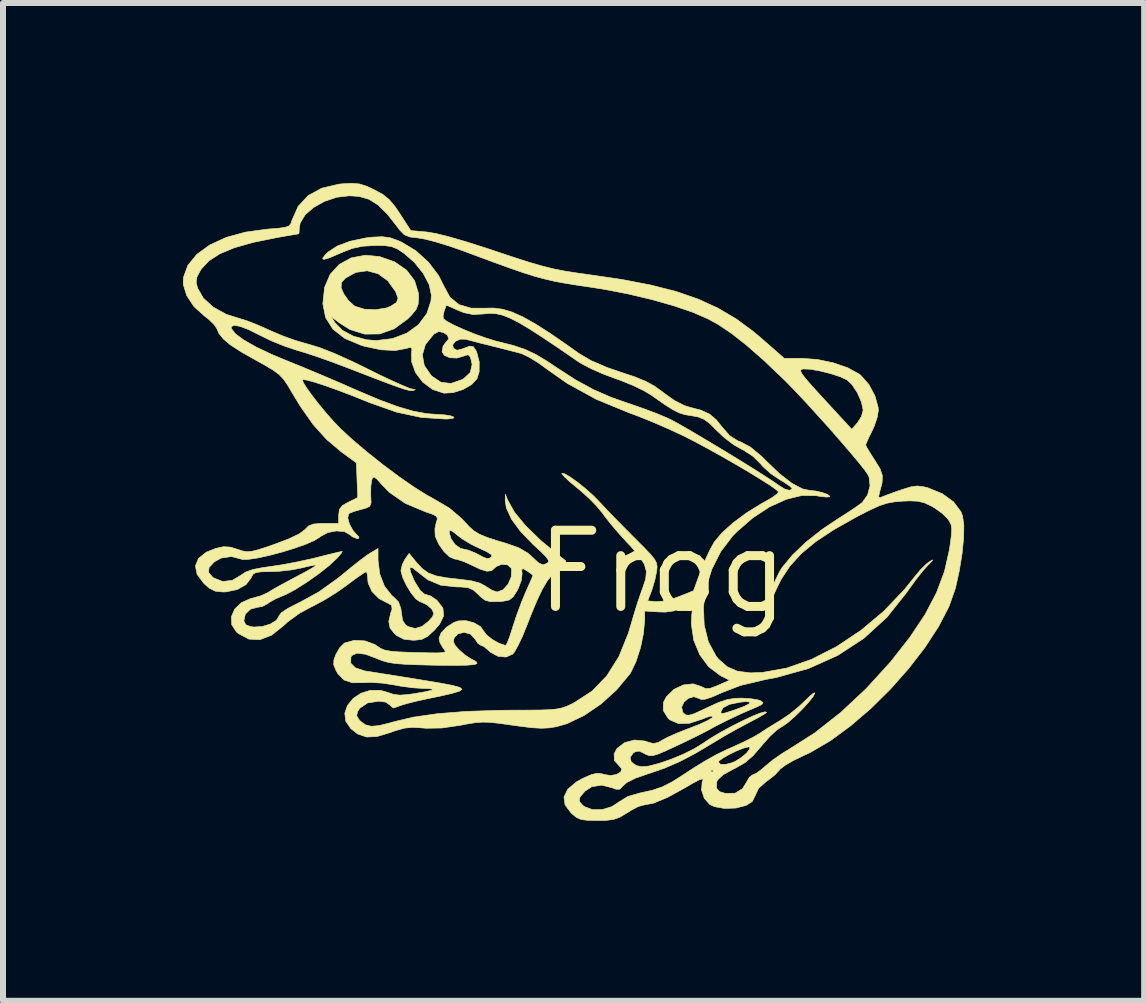
<source format=kicad_pcb>
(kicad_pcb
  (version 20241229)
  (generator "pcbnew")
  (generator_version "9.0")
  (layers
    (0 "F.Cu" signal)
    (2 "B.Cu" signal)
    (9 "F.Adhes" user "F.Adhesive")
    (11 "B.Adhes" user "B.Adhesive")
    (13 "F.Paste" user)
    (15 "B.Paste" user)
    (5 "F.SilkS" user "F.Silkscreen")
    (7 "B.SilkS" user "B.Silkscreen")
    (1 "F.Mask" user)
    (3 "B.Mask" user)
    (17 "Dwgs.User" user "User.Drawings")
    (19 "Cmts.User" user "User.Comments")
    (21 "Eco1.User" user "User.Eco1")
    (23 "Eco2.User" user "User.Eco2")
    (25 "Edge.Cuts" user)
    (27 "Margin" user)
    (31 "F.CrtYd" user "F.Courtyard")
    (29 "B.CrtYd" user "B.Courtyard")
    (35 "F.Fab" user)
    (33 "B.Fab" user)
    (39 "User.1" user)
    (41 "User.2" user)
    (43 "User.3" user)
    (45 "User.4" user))
  (footprint "Frog"
    (layer "F.Cu")
    (at 7.992 6.478)
    (property "Reference" "Frog" (at 0 0 0) (layer "F.SilkS") (effects (font (size 1.27 1.27) (thickness 0.15))))
    (attr through_hole)
    (fp_poly (pts (xy -5.051 -6.462) (xy -4.931 -6.424) (xy -4.806 -6.366) (xy -4.661 -6.287) (xy -4.553 -6.199) (xy -4.452 -6.077) (xy -4.376 -5.964) (xy -4.195 -5.685) (xy -3.928 -5.661) (xy -3.776 -5.636) (xy -3.553 -5.58) (xy -3.267 -5.497) (xy -2.928 -5.389) (xy -2.775 -5.338) (xy -2.464 -5.234) (xy -2.213 -5.154) (xy -2.002 -5.093) (xy -1.813 -5.046) (xy -1.625 -5.009) (xy -1.418 -4.977) (xy -1.23 -4.951) (xy -0.675 -4.87) (xy -0.194 -4.777) (xy 0.226 -4.67) (xy 0.595 -4.543) (xy 0.925 -4.392) (xy 1.227 -4.214) (xy 1.512 -4.004) (xy 1.639 -3.897) (xy 2.029 -3.556) (xy 2.322 -3.556) (xy 2.584 -3.536) (xy 2.847 -3.481) (xy 3.085 -3.399) (xy 3.271 -3.298) (xy 3.306 -3.271) (xy 3.439 -3.12) (xy 3.541 -2.931) (xy 3.594 -2.739) (xy 3.597 -2.685) (xy 3.579 -2.572) (xy 3.53 -2.427) (xy 3.493 -2.346) (xy 3.434 -2.226) (xy 3.396 -2.139) (xy 3.387 -2.11) (xy 3.409 -2.064) (xy 3.466 -1.969) (xy 3.538 -1.858) (xy 3.626 -1.715) (xy 3.665 -1.601) (xy 3.66 -1.48) (xy 3.617 -1.318) (xy 3.617 -1.316) (xy 3.601 -1.245) (xy 3.631 -1.235) (xy 3.666 -1.249) (xy 3.749 -1.281) (xy 3.88 -1.329) (xy 3.989 -1.367) (xy 4.138 -1.413) (xy 4.246 -1.428) (xy 4.352 -1.415) (xy 4.425 -1.397) (xy 4.663 -1.3) (xy 4.851 -1.164) (xy 4.974 -0.999) (xy 5.001 -0.929) (xy 5.023 -0.776) (xy 5.019 -0.56) (xy 4.993 -0.298) (xy 4.945 -0.006) (xy 4.883 0.275) (xy 4.775 0.581) (xy 4.603 0.913) (xy 4.376 1.261) (xy 4.105 1.612) (xy 3.802 1.955) (xy 3.476 2.278) (xy 3.137 2.569) (xy 2.798 2.818) (xy 2.467 3.012) (xy 2.343 3.07) (xy 2.183 3.147) (xy 2.048 3.225) (xy 1.962 3.29) (xy 1.95 3.305) (xy 1.875 3.386) (xy 1.764 3.474) (xy 1.733 3.494) (xy 1.601 3.611) (xy 1.553 3.716) (xy 1.498 3.829) (xy 1.395 3.896) (xy 1.222 3.94) (xy 1.034 3.947) (xy 0.867 3.917) (xy 0.79 3.882) (xy 0.697 3.779) (xy 0.651 3.642) (xy 0.661 3.507) (xy 0.674 3.478) (xy 0.672 3.452) (xy 0.615 3.469) (xy 0.496 3.531) (xy 0.374 3.603) (xy 0.085 3.762) (xy -0.151 3.859) (xy -0.331 3.894) (xy -0.339 3.895) (xy -0.408 3.917) (xy -0.517 3.974) (xy -0.593 4.022) (xy -0.708 4.091) (xy -0.813 4.129) (xy -0.942 4.146) (xy -1.086 4.148) (xy -1.25 4.145) (xy -1.357 4.13) (xy -1.435 4.096) (xy -1.511 4.034) (xy -1.52 4.026) (xy -1.623 3.89) (xy -1.642 3.756) (xy -1.579 3.626) (xy -1.434 3.504) (xy -1.328 3.445) (xy -1.189 3.384) (xy -1.093 3.36) (xy -1.009 3.369) (xy -0.972 3.381) (xy -0.865 3.398) (xy -0.768 3.381) (xy -0.699 3.342) (xy -0.677 3.29) (xy -0.719 3.239) (xy -0.802 3.148) (xy -0.806 3.035) (xy -0.759 2.948) (xy -0.632 2.85) (xy -0.467 2.806) (xy -0.293 2.823) (xy -0.254 2.837) (xy -0.151 2.866) (xy -0.066 2.845) (xy -0.011 2.812) (xy 0.083 2.762) (xy 0.229 2.696) (xy 0.403 2.627) (xy 0.462 2.605) (xy 0.623 2.542) (xy 0.75 2.483) (xy 0.825 2.438) (xy 0.836 2.424) (xy 0.815 2.405) (xy 0.726 2.431) (xy 0.67 2.455) (xy 0.452 2.527) (xy 0.267 2.532) (xy 0.123 2.47) (xy 0.092 2.442) (xy 0.012 2.312) (xy 0.016 2.178) (xy 0.066 2.084) (xy 0.192 1.961) (xy 0.348 1.888) (xy 0.51 1.87) (xy 0.652 1.916) (xy 0.657 1.92) (xy 0.721 1.95) (xy 0.794 1.945) (xy 0.907 1.903) (xy 0.929 1.893) (xy 1.118 1.81) (xy 0.963 1.731) (xy 0.77 1.586) (xy 0.62 1.383) (xy 0.52 1.14) (xy 0.481 0.875) (xy 0.487 0.73) (xy 0.499 0.607) (xy 0.499 0.526) (xy 0.492 0.508) (xy 0.445 0.528) (xy 0.355 0.577) (xy 0.32 0.597) (xy 0.192 0.654) (xy 0.047 0.674) (xy -0.063 0.671) (xy -0.296 0.656) (xy -0.297 0.804) (xy -0.317 1.027) (xy -0.367 1.268) (xy -0.44 1.495) (xy -0.526 1.676) (xy -0.544 1.704) (xy -0.763 1.968) (xy -1.023 2.204) (xy -1.306 2.397) (xy -1.592 2.534) (xy -1.767 2.584) (xy -1.891 2.604) (xy -2.021 2.61) (xy -2.178 2.601) (xy -2.386 2.575) (xy -2.497 2.56) (xy -2.715 2.529) (xy -2.875 2.511) (xy -3.003 2.508) (xy -3.126 2.518) (xy -3.269 2.541) (xy -3.364 2.56) (xy -3.679 2.606) (xy -3.945 2.61) (xy -3.998 2.605) (xy -4.162 2.595) (xy -4.301 2.608) (xy -4.454 2.651) (xy -4.542 2.683) (xy -4.759 2.748) (xy -4.932 2.756) (xy -5.078 2.706) (xy -5.193 2.618) (xy -5.279 2.492) (xy -5.295 2.359) (xy -5.25 2.23) (xy -5.157 2.115) (xy -5.028 2.028) (xy -4.872 1.978) (xy -4.703 1.978) (xy -4.585 2.011) (xy -4.481 2.046) (xy -4.374 2.058) (xy -4.233 2.047) (xy -4.13 2.032) (xy -3.945 2) (xy -3.845 1.976) (xy -3.828 1.959) (xy -3.896 1.949) (xy -4.004 1.946) (xy -4.163 1.935) (xy -4.354 1.91) (xy -4.484 1.886) (xy -4.669 1.858) (xy -4.861 1.846) (xy -4.974 1.85) (xy -5.17 1.852) (xy -5.309 1.805) (xy -5.41 1.702) (xy -5.44 1.65) (xy -5.48 1.553) (xy -5.476 1.468) (xy -5.444 1.38) (xy -5.381 1.27) (xy -5.306 1.194) (xy -5.298 1.189) (xy -5.14 1.145) (xy -4.959 1.154) (xy -4.797 1.213) (xy -4.759 1.238) (xy -4.699 1.279) (xy -4.631 1.307) (xy -4.535 1.325) (xy -4.396 1.337) (xy -4.195 1.345) (xy -4.108 1.348) (xy -3.89 1.353) (xy -3.744 1.354) (xy -3.659 1.349) (xy -3.623 1.337) (xy -3.624 1.315) (xy -3.651 1.282) (xy -3.652 1.281) (xy -3.709 1.184) (xy -3.725 1.111) (xy -3.689 1.019) (xy -3.598 0.924) (xy -3.477 0.847) (xy -3.403 0.821) (xy -3.276 0.816) (xy -3.143 0.852) (xy -3.034 0.915) (xy -2.982 0.988) (xy -2.933 1.054) (xy -2.837 1.13) (xy -2.724 1.194) (xy -2.626 1.227) (xy -2.613 1.228) (xy -2.589 1.19) (xy -2.55 1.091) (xy -2.504 0.95) (xy -2.495 0.921) (xy -2.428 0.718) (xy -2.347 0.501) (xy -2.281 0.343) (xy -2.221 0.208) (xy -2.177 0.108) (xy -2.159 0.063) (xy -2.159 0.063) (xy -2.19 0.035) (xy -2.257 -0.012) (xy -2.326 -0.052) (xy -2.346 -0.032) (xy -2.34 0.036) (xy -2.353 0.145) (xy -2.403 0.279) (xy -2.424 0.318) (xy -2.489 0.42) (xy -2.555 0.472) (xy -2.654 0.493) (xy -2.732 0.499) (xy -2.868 0.501) (xy -2.958 0.476) (xy -3.039 0.412) (xy -3.067 0.383) (xy -3.149 0.308) (xy -3.23 0.27) (xy -3.344 0.256) (xy -3.439 0.254) (xy -3.695 0.226) (xy -3.91 0.136) (xy -4.074 0.009) (xy -4.166 -0.064) (xy -4.209 -0.069) (xy -4.204 -0.006) (xy -4.15 0.124) (xy -4.13 0.165) (xy -4.041 0.31) (xy -3.964 0.377) (xy -3.942 0.381) (xy -3.86 0.408) (xy -3.763 0.475) (xy -3.753 0.485) (xy -3.66 0.607) (xy -3.647 0.735) (xy -3.714 0.874) (xy -3.805 0.979) (xy -3.915 1.078) (xy -4.008 1.127) (xy -4.119 1.142) (xy -4.159 1.143) (xy -4.312 1.126) (xy -4.428 1.066) (xy -4.465 1.035) (xy -4.541 0.939) (xy -4.562 0.831) (xy -4.529 0.686) (xy -4.508 0.628) (xy -4.514 0.561) (xy -4.569 0.53) (xy -4.725 0.449) (xy -4.844 0.329) (xy -4.906 0.19) (xy -4.911 0.144) (xy -4.918 0.048) (xy -4.935 0.001) (xy -4.938 0) (xy -4.981 0.024) (xy -5.075 0.088) (xy -5.202 0.181) (xy -5.266 0.229) (xy -5.445 0.355) (xy -5.644 0.477) (xy -5.822 0.572) (xy -5.846 0.583) (xy -6.052 0.695) (xy -6.245 0.835) (xy -6.318 0.902) (xy -6.514 1.058) (xy -6.707 1.133) (xy -6.892 1.125) (xy -7.065 1.034) (xy -7.101 1.004) (xy -7.179 0.885) (xy -7.186 0.753) (xy -7.131 0.625) (xy -7.021 0.518) (xy -6.866 0.449) (xy -6.831 0.441) (xy -6.693 0.402) (xy -6.572 0.346) (xy -6.562 0.339) (xy -6.477 0.287) (xy -6.34 0.211) (xy -6.176 0.123) (xy -6.105 0.085) (xy -5.955 0.006) (xy -5.84 -0.059) (xy -5.776 -0.101) (xy -5.768 -0.11) (xy -5.813 -0.108) (xy -5.915 -0.087) (xy -6.013 -0.062) (xy -6.186 -0.029) (xy -6.39 -0.006) (xy -6.531 -0.001) (xy -6.685 0.002) (xy -6.776 0.015) (xy -6.825 0.043) (xy -6.854 0.095) (xy -6.857 0.104) (xy -6.942 0.216) (xy -7.088 0.298) (xy -7.273 0.337) (xy -7.326 0.339) (xy -7.455 0.325) (xy -7.558 0.273) (xy -7.645 0.195) (xy -7.757 0.044) (xy -7.763 0.014) (xy -7.566 0.014) (xy -7.494 0.096) (xy -7.484 0.103) (xy -7.331 0.164) (xy -7.169 0.144) (xy -7.037 0.066) (xy -6.949 0.007) (xy -6.831 -0.035) (xy -6.663 -0.068) (xy -6.549 -0.084) (xy -6.334 -0.116) (xy -6.082 -0.164) (xy -5.839 -0.217) (xy -5.77 -0.234) (xy -5.595 -0.278) (xy -5.452 -0.313) (xy -5.361 -0.334) (xy -5.338 -0.339) (xy -5.351 -0.312) (xy -5.406 -0.245) (xy -5.422 -0.227) (xy -5.55 -0.107) (xy -5.724 0.031) (xy -5.919 0.169) (xy -6.109 0.291) (xy -6.271 0.378) (xy -6.319 0.398) (xy -6.449 0.453) (xy -6.55 0.51) (xy -6.581 0.533) (xy -6.668 0.58) (xy -6.746 0.593) (xy -6.868 0.625) (xy -6.953 0.708) (xy -6.977 0.817) (xy -6.977 0.82) (xy -6.947 0.884) (xy -6.868 0.916) (xy -6.808 0.923) (xy -6.67 0.914) (xy -6.538 0.874) (xy -6.437 0.813) (xy -6.393 0.743) (xy -6.392 0.737) (xy -6.354 0.686) (xy -6.245 0.613) (xy -6.074 0.525) (xy -6.04 0.509) (xy -5.727 0.337) (xy -5.414 0.113) (xy -5.344 0.057) (xy -5.187 -0.073) (xy -5.039 -0.19) (xy -4.922 -0.276) (xy -4.872 -0.309) (xy -4.741 -0.386) (xy -4.741 -0.194) (xy -4.713 0.039) (xy -4.633 0.244) (xy -4.512 0.397) (xy -4.488 0.416) (xy -4.4 0.504) (xy -4.36 0.617) (xy -4.352 0.686) (xy -4.331 0.815) (xy -4.281 0.889) (xy -4.238 0.916) (xy -4.123 0.947) (xy -4.012 0.914) (xy -3.905 0.833) (xy -3.837 0.757) (xy -3.81 0.698) (xy -3.845 0.624) (xy -3.929 0.55) (xy -4.032 0.504) (xy -4.043 0.501) (xy -4.109 0.456) (xy -4.19 0.356) (xy -4.268 0.229) (xy -4.33 0.098) (xy -4.359 -0.011) (xy -4.359 -0.022) (xy -4.336 -0.121) (xy -4.292 -0.206) (xy -4.223 -0.304) (xy -4.096 -0.149) (xy -4.001 -0.048) (xy -3.902 0.022) (xy -3.775 0.07) (xy -3.603 0.102) (xy -3.401 0.125) (xy -3.192 0.151) (xy -3.048 0.189) (xy -2.947 0.242) (xy -2.941 0.248) (xy -2.841 0.31) (xy -2.757 0.339) (xy -2.753 0.339) (xy -2.656 0.301) (xy -2.573 0.208) (xy -2.521 0.087) (xy -2.515 -0.032) (xy -2.522 -0.058) (xy -2.582 -0.113) (xy -2.677 -0.123) (xy -2.769 -0.087) (xy -2.794 -0.064) (xy -2.852 -0.015) (xy -2.928 -0.007) (xy -3.038 -0.041) (xy -3.175 -0.106) (xy -3.307 -0.166) (xy -3.421 -0.204) (xy -3.468 -0.212) (xy -3.55 -0.247) (xy -3.643 -0.336) (xy -3.728 -0.456) (xy -3.784 -0.581) (xy -3.788 -0.594) (xy -3.791 -0.659) (xy -3.556 -0.659) (xy -3.526 -0.55) (xy -3.454 -0.449) (xy -3.364 -0.386) (xy -3.329 -0.379) (xy -3.233 -0.358) (xy -3.113 -0.308) (xy -3.09 -0.296) (xy -2.984 -0.24) (xy -2.923 -0.218) (xy -2.881 -0.226) (xy -2.847 -0.247) (xy -2.848 -0.281) (xy -2.931 -0.334) (xy -3.032 -0.38) (xy -3.192 -0.457) (xy -3.342 -0.549) (xy -3.414 -0.604) (xy -3.503 -0.675) (xy -3.546 -0.688) (xy -3.556 -0.659) (xy -3.791 -0.659) (xy -3.793 -0.717) (xy -3.772 -0.814) (xy -3.752 -0.88) (xy -3.767 -0.922) (xy -3.833 -0.957) (xy -3.95 -0.997) (xy -4.285 -1.137) (xy -4.551 -1.321) (xy -4.67 -1.442) (xy -4.756 -1.539) (xy -4.805 -1.577) (xy -4.831 -1.564) (xy -4.846 -1.526) (xy -4.861 -1.427) (xy -4.863 -1.293) (xy -4.862 -1.258) (xy -4.857 -1.146) (xy -4.881 -1.087) (xy -4.954 -1.055) (xy -5.024 -1.037) (xy -5.14 -1.004) (xy -5.218 -0.973) (xy -5.23 -0.965) (xy -5.246 -0.896) (xy -5.218 -0.794) (xy -5.159 -0.687) (xy -5.114 -0.636) (xy -5.058 -0.576) (xy -5.067 -0.552) (xy -5.088 -0.55) (xy -5.169 -0.581) (xy -5.207 -0.614) (xy -5.3 -0.667) (xy -5.434 -0.679) (xy -5.578 -0.652) (xy -5.699 -0.587) (xy -5.713 -0.575) (xy -5.801 -0.52) (xy -5.947 -0.456) (xy -6.133 -0.391) (xy -6.339 -0.327) (xy -6.548 -0.272) (xy -6.741 -0.229) (xy -6.899 -0.205) (xy -7.003 -0.203) (xy -7.024 -0.21) (xy -7.184 -0.252) (xy -7.354 -0.227) (xy -7.466 -0.166) (xy -7.557 -0.071) (xy -7.566 0.014) (xy -7.763 0.014) (xy -7.785 -0.096) (xy -7.733 -0.221) (xy -7.603 -0.325) (xy -7.448 -0.387) (xy -7.316 -0.416) (xy -7.202 -0.409) (xy -7.085 -0.373) (xy -7 -0.345) (xy -6.928 -0.332) (xy -6.849 -0.338) (xy -6.743 -0.364) (xy -6.588 -0.414) (xy -6.467 -0.456) (xy -6.226 -0.548) (xy -6.054 -0.63) (xy -5.959 -0.701) (xy -5.956 -0.705) (xy -5.896 -0.764) (xy -5.815 -0.794) (xy -5.686 -0.804) (xy -5.637 -0.804) (xy -5.397 -0.804) (xy -5.397 -0.942) (xy -5.385 -1.038) (xy -5.334 -1.103) (xy -5.238 -1.157) (xy -5.079 -1.235) (xy -5.091 -1.524) (xy -5.102 -1.813) (xy -5.364 -2.005) (xy -5.603 -2.208) (xy -5.824 -2.454) (xy -6.038 -2.759) (xy -6.164 -2.967) (xy -6.246 -3.106) (xy -6.315 -3.207) (xy -6.39 -3.285) (xy -6.487 -3.358) (xy -6.625 -3.44) (xy -6.789 -3.531) (xy -7.029 -3.667) (xy -7.202 -3.78) (xy -7.318 -3.877) (xy -7.391 -3.967) (xy -7.425 -4.046) (xy -7.473 -4.119) (xy -7.569 -4.211) (xy -7.639 -4.265) (xy -7.81 -4.42) (xy -7.929 -4.6) (xy -7.987 -4.785) (xy -7.987 -4.818) (xy -7.772 -4.818) (xy -7.749 -4.727) (xy -7.653 -4.559) (xy -7.488 -4.409) (xy -7.27 -4.289) (xy -7.027 -4.212) (xy -6.92 -4.179) (xy -6.766 -4.119) (xy -6.593 -4.043) (xy -6.54 -4.019) (xy -6.34 -3.933) (xy -6.121 -3.854) (xy -5.928 -3.798) (xy -5.905 -3.792) (xy -5.716 -3.735) (xy -5.464 -3.636) (xy -5.159 -3.498) (xy -4.932 -3.387) (xy -4.708 -3.276) (xy -4.506 -3.181) (xy -4.339 -3.106) (xy -4.221 -3.057) (xy -4.17 -3.043) (xy -4.12 -3.035) (xy -4.152 -3.02) (xy -4.181 -3.017) (xy -4.224 -3.021) (xy -4.289 -3.038) (xy -4.387 -3.07) (xy -4.526 -3.12) (xy -4.716 -3.192) (xy -4.966 -3.288) (xy -5.271 -3.406) (xy -5.5 -3.492) (xy -5.736 -3.576) (xy -5.95 -3.647) (xy -6.096 -3.691) (xy -6.301 -3.759) (xy -6.527 -3.851) (xy -6.713 -3.942) (xy -6.899 -4.035) (xy -7.046 -4.09) (xy -7.146 -4.106) (xy -7.189 -4.081) (xy -7.186 -4.053) (xy -7.121 -3.967) (xy -6.982 -3.863) (xy -6.775 -3.745) (xy -6.507 -3.618) (xy -6.262 -3.516) (xy -6.001 -3.41) (xy -5.699 -3.284) (xy -5.391 -3.153) (xy -5.113 -3.031) (xy -5.086 -3.019) (xy -4.721 -2.864) (xy -4.415 -2.751) (xy -4.155 -2.675) (xy -3.927 -2.633) (xy -3.768 -2.622) (xy -3.626 -2.613) (xy -3.526 -2.596) (xy -3.477 -2.576) (xy -3.488 -2.557) (xy -3.569 -2.545) (xy -3.619 -2.544) (xy -4.019 -2.57) (xy -4.429 -2.658) (xy -4.868 -2.812) (xy -4.889 -2.82) (xy -5.146 -2.924) (xy -5.39 -3.017) (xy -5.609 -3.096) (xy -5.792 -3.156) (xy -5.924 -3.192) (xy -5.995 -3.202) (xy -6.001 -3.199) (xy -5.989 -3.156) (xy -5.932 -3.063) (xy -5.841 -2.937) (xy -5.728 -2.791) (xy -5.603 -2.64) (xy -5.478 -2.499) (xy -5.369 -2.385) (xy -5.16 -2.193) (xy -4.916 -1.987) (xy -4.654 -1.779) (xy -4.391 -1.583) (xy -4.144 -1.411) (xy -3.931 -1.278) (xy -3.831 -1.223) (xy -3.553 -1.06) (xy -3.345 -0.883) (xy -3.314 -0.85) (xy -3.223 -0.751) (xy -3.139 -0.677) (xy -3.042 -0.619) (xy -2.913 -0.567) (xy -2.733 -0.509) (xy -2.603 -0.471) (xy -2.394 -0.397) (xy -2.242 -0.308) (xy -2.163 -0.237) (xy -2.068 -0.148) (xy -2.002 -0.116) (xy -1.942 -0.13) (xy -1.936 -0.133) (xy -1.903 -0.158) (xy -1.902 -0.192) (xy -1.94 -0.247) (xy -2.028 -0.335) (xy -2.151 -0.448) (xy -2.362 -0.665) (xy -2.515 -0.873) (xy -2.603 -1.062) (xy -2.622 -1.188) (xy -2.619 -1.291) (xy -2.579 -1.19) (xy -2.467 -0.991) (xy -2.282 -0.766) (xy -2.028 -0.519) (xy -1.71 -0.256) (xy -1.609 -0.178) (xy -1.626 -0.145) (xy -1.694 -0.079) (xy -1.749 -0.033) (xy -1.84 0.052) (xy -1.923 0.158) (xy -2.006 0.299) (xy -2.095 0.488) (xy -2.199 0.738) (xy -2.259 0.894) (xy -2.333 1.074) (xy -2.406 1.229) (xy -2.467 1.338) (xy -2.496 1.374) (xy -2.607 1.423) (xy -2.741 1.411) (xy -2.868 1.343) (xy -2.902 1.31) (xy -2.976 1.248) (xy -3.027 1.228) (xy -3.079 1.193) (xy -3.125 1.122) (xy -3.2 1.041) (xy -3.305 1.012) (xy -3.409 1.037) (xy -3.47 1.098) (xy -3.487 1.163) (xy -3.454 1.232) (xy -3.386 1.307) (xy -3.285 1.394) (xy -3.194 1.453) (xy -3.174 1.461) (xy -3.106 1.5) (xy -3.09 1.531) (xy -3.132 1.548) (xy -3.258 1.559) (xy -3.467 1.563) (xy -3.758 1.56) (xy -3.821 1.559) (xy -4.095 1.552) (xy -4.301 1.543) (xy -4.453 1.531) (xy -4.567 1.513) (xy -4.659 1.488) (xy -4.744 1.455) (xy -4.757 1.449) (xy -4.952 1.376) (xy -5.094 1.359) (xy -5.179 1.398) (xy -5.194 1.424) (xy -5.196 1.525) (xy -5.12 1.602) (xy -4.969 1.653) (xy -4.927 1.66) (xy -4.816 1.677) (xy -4.641 1.705) (xy -4.419 1.74) (xy -4.17 1.78) (xy -3.982 1.811) (xy -3.698 1.858) (xy -3.498 1.896) (xy -3.379 1.929) (xy -3.342 1.96) (xy -3.384 1.992) (xy -3.507 2.029) (xy -3.708 2.075) (xy -3.907 2.116) (xy -4.094 2.157) (xy -4.257 2.198) (xy -4.374 2.233) (xy -4.41 2.248) (xy -4.486 2.273) (xy -4.533 2.236) (xy -4.538 2.227) (xy -4.612 2.175) (xy -4.725 2.159) (xy -4.915 2.188) (xy -5.045 2.276) (xy -5.079 2.327) (xy -5.098 2.401) (xy -5.053 2.473) (xy -5.03 2.496) (xy -4.949 2.554) (xy -4.853 2.577) (xy -4.724 2.566) (xy -4.542 2.521) (xy -4.478 2.502) (xy -4.153 2.425) (xy -3.749 2.367) (xy -3.269 2.329) (xy -2.716 2.311) (xy -2.519 2.309) (xy -2.239 2.308) (xy -2.029 2.306) (xy -1.875 2.3) (xy -1.762 2.289) (xy -1.674 2.271) (xy -1.598 2.245) (xy -1.519 2.208) (xy -1.47 2.183) (xy -1.174 1.991) (xy -0.928 1.736) (xy -0.726 1.415) (xy -0.568 1.024) (xy -0.528 0.889) (xy -0.468 0.685) (xy -0.405 0.485) (xy -0.348 0.32) (xy -0.329 0.269) (xy -0.28 0.121) (xy -0.269 -0.004) (xy -0.302 -0.123) (xy -0.385 -0.255) (xy -0.525 -0.418) (xy -0.587 -0.483) (xy -0.728 -0.638) (xy -0.862 -0.795) (xy -0.967 -0.928) (xy -0.996 -0.969) (xy -1.09 -1.085) (xy -1.226 -1.225) (xy -1.379 -1.361) (xy -1.41 -1.386) (xy -1.537 -1.491) (xy -1.63 -1.577) (xy -1.676 -1.629) (xy -1.678 -1.638) (xy -1.63 -1.631) (xy -1.538 -1.577) (xy -1.416 -1.49) (xy -1.282 -1.382) (xy -1.152 -1.266) (xy -1.058 -1.17) (xy -0.952 -1.057) (xy -0.805 -0.904) (xy -0.637 -0.733) (xy -0.472 -0.567) (xy -0.311 -0.406) (xy -0.201 -0.291) (xy -0.134 -0.208) (xy -0.1 -0.144) (xy -0.09 -0.085) (xy -0.096 -0.019) (xy -0.096 -0.013) (xy -0.127 0.137) (xy -0.174 0.296) (xy -0.182 0.318) (xy -0.247 0.487) (xy -0.105 0.5) (xy 0.013 0.491) (xy 0.168 0.453) (xy 0.277 0.415) (xy 0.518 0.318) (xy 0.634 -0.003) (xy 0.707 -0.184) (xy 0.789 -0.36) (xy 0.863 -0.494) (xy 0.868 -0.5) (xy 0.995 -0.651) (xy 1.182 -0.818) (xy 1.408 -0.985) (xy 1.653 -1.136) (xy 1.718 -1.171) (xy 1.836 -1.24) (xy 1.914 -1.299) (xy 1.934 -1.331) (xy 1.892 -1.37) (xy 1.788 -1.443) (xy 1.634 -1.54) (xy 1.444 -1.657) (xy 1.228 -1.784) (xy 1 -1.915) (xy 0.772 -2.042) (xy 0.557 -2.158) (xy 0.366 -2.256) (xy 0.362 -2.258) (xy 0.122 -2.37) (xy -0.147 -2.487) (xy -0.406 -2.592) (xy -0.55 -2.645) (xy -1.103 -2.872) (xy -1.589 -3.139) (xy -1.919 -3.371) (xy -2.072 -3.482) (xy -2.222 -3.574) (xy -2.341 -3.631) (xy -2.364 -3.639) (xy -2.48 -3.669) (xy -2.646 -3.712) (xy -2.829 -3.758) (xy -2.857 -3.765) (xy -3.027 -3.807) (xy -3.172 -3.845) (xy -3.268 -3.87) (xy -3.281 -3.874) (xy -3.372 -3.875) (xy -3.452 -3.838) (xy -3.497 -3.781) (xy -3.484 -3.722) (xy -3.483 -3.721) (xy -3.423 -3.69) (xy -3.335 -3.713) (xy -3.322 -3.718) (xy -3.216 -3.759) (xy -3.155 -3.752) (xy -3.111 -3.689) (xy -3.097 -3.66) (xy -3.055 -3.499) (xy -3.056 -3.33) (xy -3.092 -3.215) (xy -3.182 -3.118) (xy -3.325 -3.036) (xy -3.489 -2.984) (xy -3.641 -2.975) (xy -3.643 -2.975) (xy -3.832 -3.037) (xy -3.994 -3.157) (xy -4.116 -3.317) (xy -4.181 -3.498) (xy -4.183 -3.613) (xy -4.002 -3.613) (xy -3.971 -3.438) (xy -3.856 -3.27) (xy -3.846 -3.26) (xy -3.693 -3.157) (xy -3.525 -3.137) (xy -3.342 -3.2) (xy -3.313 -3.217) (xy -3.203 -3.321) (xy -3.173 -3.454) (xy -3.2 -3.573) (xy -3.238 -3.616) (xy -3.308 -3.595) (xy -3.426 -3.56) (xy -3.546 -3.566) (xy -3.638 -3.607) (xy -3.674 -3.666) (xy -3.656 -3.762) (xy -3.622 -3.808) (xy -3.562 -3.88) (xy -3.584 -3.941) (xy -3.644 -3.981) (xy -3.726 -4.004) (xy -3.803 -3.964) (xy -3.818 -3.951) (xy -3.951 -3.786) (xy -4.002 -3.613) (xy -4.183 -3.613) (xy -4.183 -3.634) (xy -4.176 -3.719) (xy -4.203 -3.74) (xy -4.265 -3.721) (xy -4.452 -3.686) (xy -4.692 -3.698) (xy -4.966 -3.756) (xy -5.022 -3.772) (xy -5.295 -3.888) (xy -5.492 -4.041) (xy -5.615 -4.234) (xy -5.661 -4.464) (xy -5.633 -4.73) (xy -5.356 -4.73) (xy -5.312 -4.629) (xy -5.232 -4.516) (xy -5.138 -4.431) (xy -5.125 -4.423) (xy -4.97 -4.375) (xy -4.782 -4.366) (xy -4.602 -4.395) (xy -4.528 -4.425) (xy -4.432 -4.488) (xy -4.408 -4.558) (xy -4.447 -4.663) (xy -4.45 -4.67) (xy -4.579 -4.849) (xy -4.741 -4.966) (xy -4.922 -5.015) (xy -5.105 -4.988) (xy -5.142 -4.972) (xy -5.284 -4.893) (xy -5.352 -4.819) (xy -5.356 -4.73) (xy -5.633 -4.73) (xy -5.632 -4.732) (xy -5.63 -4.742) (xy -5.539 -4.956) (xy -5.387 -5.121) (xy -5.188 -5.23) (xy -4.953 -5.274) (xy -4.716 -5.252) (xy -4.464 -5.163) (xy -4.266 -5.026) (xy -4.132 -4.849) (xy -4.068 -4.643) (xy -4.064 -4.575) (xy -4.072 -4.46) (xy -4.105 -4.373) (xy -4.179 -4.281) (xy -4.247 -4.212) (xy -4.473 -4.047) (xy -4.715 -3.962) (xy -4.964 -3.959) (xy -5.211 -4.037) (xy -5.376 -4.14) (xy -5.524 -4.252) (xy -5.458 -4.148) (xy -5.333 -4.021) (xy -5.15 -3.924) (xy -4.931 -3.865) (xy -4.773 -3.852) (xy -4.499 -3.885) (xy -4.26 -3.976) (xy -4.067 -4.116) (xy -3.958 -4.261) (xy -3.657 -4.261) (xy -3.651 -4.217) (xy -3.594 -4.172) (xy -3.476 -4.109) (xy -3.316 -4.037) (xy -3.135 -3.963) (xy -2.951 -3.897) (xy -2.785 -3.845) (xy -2.723 -3.83) (xy -2.485 -3.77) (xy -2.292 -3.705) (xy -2.113 -3.621) (xy -1.918 -3.504) (xy -1.77 -3.405) (xy -1.449 -3.197) (xy -1.152 -3.035) (xy -0.845 -2.901) (xy -0.517 -2.787) (xy -0.308 -2.715) (xy -0.098 -2.636) (xy 0.08 -2.561) (xy 0.14 -2.533) (xy 0.255 -2.471) (xy 0.423 -2.375) (xy 0.628 -2.254) (xy 0.858 -2.117) (xy 1.097 -1.973) (xy 1.332 -1.829) (xy 1.547 -1.695) (xy 1.73 -1.578) (xy 1.866 -1.489) (xy 1.933 -1.441) (xy 2.034 -1.378) (xy 2.116 -1.355) (xy 2.158 -1.376) (xy 2.159 -1.386) (xy 2.125 -1.423) (xy 2.038 -1.483) (xy 1.953 -1.534) (xy 1.809 -1.631) (xy 1.678 -1.748) (xy 1.629 -1.804) (xy 1.508 -1.923) (xy 1.354 -2.023) (xy 1.317 -2.041) (xy 1.184 -2.117) (xy 1.032 -2.233) (xy 0.91 -2.347) (xy 0.788 -2.469) (xy 0.692 -2.54) (xy 0.593 -2.579) (xy 0.487 -2.598) (xy 0.377 -2.616) (xy 0.278 -2.647) (xy 0.172 -2.7) (xy 0.04 -2.783) (xy -0.137 -2.907) (xy -0.179 -2.938) (xy -0.31 -3.016) (xy -0.492 -3.104) (xy -0.694 -3.186) (xy -0.784 -3.218) (xy -0.988 -3.294) (xy -1.19 -3.383) (xy -1.356 -3.471) (xy -1.409 -3.504) (xy -1.738 -3.73) (xy -2.007 -3.91) (xy -2.224 -4.05) (xy -2.4 -4.154) (xy -2.543 -4.227) (xy -2.663 -4.274) (xy -2.767 -4.298) (xy -2.865 -4.304) (xy -2.967 -4.297) (xy -2.986 -4.295) (xy -3.16 -4.286) (xy -3.31 -4.317) (xy -3.405 -4.355) (xy -3.602 -4.442) (xy -3.638 -4.348) (xy -3.657 -4.261) (xy -3.958 -4.261) (xy -3.929 -4.298) (xy -3.859 -4.512) (xy -3.852 -4.607) (xy -3.888 -4.781) (xy -3.987 -4.97) (xy -4.134 -5.154) (xy -4.312 -5.309) (xy -4.42 -5.379) (xy -4.515 -5.418) (xy -4.629 -5.434) (xy -4.796 -5.436) (xy -4.799 -5.436) (xy -5 -5.424) (xy -5.169 -5.388) (xy -5.355 -5.316) (xy -5.387 -5.301) (xy -5.551 -5.231) (xy -5.643 -5.204) (xy -5.666 -5.221) (xy -5.621 -5.282) (xy -5.576 -5.325) (xy -5.423 -5.426) (xy -5.207 -5.507) (xy -4.948 -5.562) (xy -4.842 -5.575) (xy -4.673 -5.583) (xy -4.538 -5.565) (xy -4.392 -5.512) (xy -4.347 -5.491) (xy -4.111 -5.349) (xy -3.899 -5.156) (xy -3.731 -4.935) (xy -3.647 -4.766) (xy -3.543 -4.575) (xy -3.392 -4.451) (xy -3.19 -4.392) (xy -2.971 -4.391) (xy -2.82 -4.394) (xy -2.669 -4.375) (xy -2.508 -4.327) (xy -2.327 -4.246) (xy -2.115 -4.127) (xy -1.863 -3.966) (xy -1.561 -3.757) (xy -1.397 -3.64) (xy -1.19 -3.517) (xy -0.918 -3.401) (xy -0.691 -3.323) (xy -0.456 -3.245) (xy -0.28 -3.172) (xy -0.138 -3.095) (xy -0.006 -3.001) (xy 0.021 -2.979) (xy 0.201 -2.851) (xy 0.368 -2.767) (xy 0.438 -2.745) (xy 0.639 -2.692) (xy 0.784 -2.626) (xy 0.898 -2.53) (xy 0.988 -2.417) (xy 1.12 -2.266) (xy 1.262 -2.177) (xy 1.305 -2.162) (xy 1.466 -2.076) (xy 1.652 -1.922) (xy 1.719 -1.854) (xy 1.951 -1.632) (xy 2.158 -1.472) (xy 2.334 -1.379) (xy 2.45 -1.355) (xy 2.554 -1.344) (xy 2.663 -1.319) (xy 2.75 -1.287) (xy 2.789 -1.257) (xy 2.786 -1.248) (xy 2.736 -1.243) (xy 2.632 -1.254) (xy 2.562 -1.266) (xy 2.326 -1.27) (xy 2.064 -1.206) (xy 1.787 -1.081) (xy 1.508 -0.899) (xy 1.242 -0.668) (xy 1.168 -0.593) (xy 0.97 -0.333) (xy 0.822 -0.04) (xy 0.726 0.271) (xy 0.683 0.586) (xy 0.695 0.89) (xy 0.764 1.168) (xy 0.892 1.405) (xy 0.935 1.459) (xy 1.079 1.585) (xy 1.25 1.66) (xy 1.465 1.687) (xy 1.669 1.679) (xy 2.071 1.607) (xy 2.486 1.461) (xy 2.902 1.249) (xy 3.307 0.979) (xy 3.69 0.658) (xy 4.037 0.293) (xy 4.2 0.089) (xy 4.3 -0.031) (xy 4.4 -0.129) (xy 4.445 -0.164) (xy 4.5 -0.196) (xy 4.498 -0.183) (xy 4.436 -0.119) (xy 4.421 -0.105) (xy 4.337 -0.011) (xy 4.227 0.129) (xy 4.111 0.288) (xy 4.076 0.339) (xy 3.743 0.758) (xy 3.357 1.111) (xy 2.92 1.397) (xy 2.433 1.615) (xy 1.899 1.764) (xy 1.717 1.798) (xy 1.299 1.897) (xy 1.001 2.012) (xy 0.828 2.088) (xy 0.714 2.126) (xy 0.644 2.13) (xy 0.613 2.116) (xy 0.524 2.084) (xy 0.433 2.11) (xy 0.358 2.174) (xy 0.319 2.257) (xy 0.337 2.341) (xy 0.353 2.361) (xy 0.392 2.389) (xy 0.443 2.393) (xy 0.524 2.369) (xy 0.603 2.334) (xy 0.974 2.334) (xy 0.976 2.359) (xy 0.994 2.366) (xy 1.048 2.354) (xy 1.158 2.319) (xy 1.21 2.302) (xy 1.365 2.244) (xy 1.449 2.2) (xy 1.457 2.173) (xy 1.388 2.166) (xy 1.295 2.175) (xy 1.117 2.212) (xy 1.008 2.269) (xy 0.974 2.334) (xy 0.603 2.334) (xy 0.653 2.311) (xy 0.748 2.266) (xy 0.933 2.181) (xy 1.078 2.132) (xy 1.211 2.111) (xy 1.321 2.108) (xy 1.469 2.117) (xy 1.59 2.137) (xy 1.64 2.154) (xy 1.676 2.184) (xy 1.654 2.215) (xy 1.565 2.258) (xy 1.545 2.266) (xy 1.316 2.365) (xy 1.081 2.476) (xy 0.873 2.581) (xy 0.804 2.62) (xy 0.704 2.673) (xy 0.55 2.751) (xy 0.367 2.84) (xy 0.236 2.902) (xy 0.05 2.988) (xy -0.076 3.041) (xy -0.16 3.066) (xy -0.22 3.067) (xy -0.271 3.048) (xy -0.298 3.033) (xy -0.387 2.991) (xy -0.451 3) (xy -0.491 3.026) (xy -0.541 3.099) (xy -0.519 3.173) (xy -0.438 3.231) (xy -0.352 3.251) (xy -0.231 3.241) (xy -0.058 3.196) (xy 0.141 3.128) (xy 0.346 3.043) (xy 0.532 2.95) (xy 0.669 2.865) (xy 0.803 2.776) (xy 0.966 2.679) (xy 1.145 2.582) (xy 1.322 2.492) (xy 1.485 2.416) (xy 1.618 2.361) (xy 1.707 2.336) (xy 1.736 2.344) (xy 1.701 2.371) (xy 1.608 2.426) (xy 1.475 2.497) (xy 1.435 2.518) (xy 1.238 2.623) (xy 1.022 2.745) (xy 0.853 2.847) (xy 0.551 3.027) (xy 0.288 3.165) (xy 0.04 3.273) (xy -0.22 3.363) (xy -0.24 3.369) (xy -0.45 3.442) (xy -0.594 3.514) (xy -0.654 3.566) (xy -0.711 3.626) (xy -0.778 3.626) (xy -0.826 3.606) (xy -1.011 3.558) (xy -1.179 3.584) (xy -1.293 3.66) (xy -1.375 3.756) (xy -1.388 3.826) (xy -1.332 3.893) (xy -1.302 3.916) (xy -1.168 3.966) (xy -1.003 3.965) (xy -0.84 3.915) (xy -0.727 3.839) (xy -0.58 3.748) (xy -0.381 3.69) (xy -0.167 3.643) (xy 0.002 3.585) (xy 0.167 3.5) (xy 0.293 3.42) (xy 0.442 3.323) (xy 0.804 3.323) (xy 0.826 3.344) (xy 0.847 3.323) (xy 0.826 3.302) (xy 0.804 3.323) (xy 0.442 3.323) (xy 0.533 3.264) (xy 0.681 3.173) (xy 0.931 3.173) (xy 0.966 3.21) (xy 1.052 3.213) (xy 1.165 3.183) (xy 1.219 3.158) (xy 1.319 3.095) (xy 1.402 3.024) (xy 1.451 2.962) (xy 1.453 2.925) (xy 1.435 2.921) (xy 1.357 2.939) (xy 1.243 2.984) (xy 1.12 3.043) (xy 1.011 3.104) (xy 0.943 3.154) (xy 0.931 3.173) (xy 0.681 3.173) (xy 0.726 3.146) (xy 0.896 3.051) (xy 1.065 2.969) (xy 1.192 2.913) (xy 1.359 2.836) (xy 1.513 2.758) (xy 1.621 2.695) (xy 1.63 2.689) (xy 1.742 2.615) (xy 1.886 2.526) (xy 1.966 2.478) (xy 2.118 2.376) (xy 2.278 2.245) (xy 2.357 2.17) (xy 2.451 2.079) (xy 2.517 2.025) (xy 2.54 2.02) (xy 2.511 2.081) (xy 2.434 2.178) (xy 2.328 2.294) (xy 2.21 2.41) (xy 2.098 2.509) (xy 2.009 2.573) (xy 1.991 2.582) (xy 1.903 2.641) (xy 1.789 2.747) (xy 1.67 2.88) (xy 1.652 2.903) (xy 1.509 3.069) (xy 1.373 3.185) (xy 1.213 3.276) (xy 1.185 3.289) (xy 1.011 3.385) (xy 0.919 3.47) (xy 0.905 3.501) (xy 0.898 3.606) (xy 0.953 3.667) (xy 1.045 3.695) (xy 1.21 3.693) (xy 1.333 3.618) (xy 1.396 3.517) (xy 1.447 3.428) (xy 1.501 3.387) (xy 1.505 3.387) (xy 1.566 3.359) (xy 1.659 3.29) (xy 1.716 3.24) (xy 1.841 3.137) (xy 2.001 3.026) (xy 2.11 2.96) (xy 2.537 2.688) (xy 2.971 2.347) (xy 3.396 1.949) (xy 3.797 1.509) (xy 3.799 1.507) (xy 4.121 1.097) (xy 4.376 0.715) (xy 4.567 0.351) (xy 4.701 -0.007) (xy 4.783 -0.371) (xy 4.791 -0.424) (xy 4.814 -0.596) (xy 4.821 -0.709) (xy 4.81 -0.783) (xy 4.78 -0.844) (xy 4.755 -0.879) (xy 4.666 -0.968) (xy 4.539 -1.06) (xy 4.484 -1.092) (xy 4.367 -1.147) (xy 4.256 -1.174) (xy 4.118 -1.18) (xy 3.996 -1.175) (xy 3.857 -1.162) (xy 3.737 -1.14) (xy 3.615 -1.099) (xy 3.467 -1.032) (xy 3.271 -0.932) (xy 3.234 -0.913) (xy 2.858 -0.701) (xy 2.554 -0.5) (xy 2.312 -0.3) (xy 2.122 -0.091) (xy 1.974 0.134) (xy 1.887 0.314) (xy 1.827 0.449) (xy 1.779 0.544) (xy 1.753 0.581) (xy 1.752 0.58) (xy 1.749 0.527) (xy 1.777 0.42) (xy 1.824 0.282) (xy 1.884 0.137) (xy 1.948 0.006) (xy 1.992 -0.066) (xy 2.164 -0.275) (xy 2.395 -0.495) (xy 2.667 -0.709) (xy 2.911 -0.872) (xy 3.07 -0.973) (xy 3.211 -1.067) (xy 3.311 -1.139) (xy 3.333 -1.157) (xy 3.419 -1.28) (xy 3.459 -1.432) (xy 3.443 -1.577) (xy 3.429 -1.608) (xy 3.375 -1.688) (xy 3.273 -1.817) (xy 3.132 -1.985) (xy 2.964 -2.18) (xy 2.779 -2.392) (xy 2.585 -2.607) (xy 2.395 -2.816) (xy 2.217 -3.006) (xy 2.061 -3.166) (xy 2.004 -3.222) (xy 1.872 -3.347) (xy 2.301 -3.347) (xy 2.321 -3.302) (xy 2.378 -3.226) (xy 2.479 -3.109) (xy 2.629 -2.944) (xy 2.697 -2.87) (xy 3.154 -2.374) (xy 3.249 -2.48) (xy 3.316 -2.586) (xy 3.344 -2.691) (xy 3.344 -2.692) (xy 3.317 -2.826) (xy 3.249 -2.98) (xy 3.158 -3.118) (xy 3.079 -3.194) (xy 2.969 -3.246) (xy 2.811 -3.298) (xy 2.634 -3.343) (xy 2.471 -3.373) (xy 2.353 -3.379) (xy 2.347 -3.379) (xy 2.311 -3.369) (xy 2.301 -3.347) (xy 1.872 -3.347) (xy 1.681 -3.529) (xy 1.399 -3.776) (xy 1.15 -3.971) (xy 0.923 -4.123) (xy 0.759 -4.213) (xy 0.506 -4.323) (xy 0.186 -4.432) (xy -0.181 -4.536) (xy -0.578 -4.63) (xy -0.985 -4.708) (xy -1.202 -4.742) (xy -1.431 -4.776) (xy -1.624 -4.807) (xy -1.797 -4.839) (xy -1.961 -4.877) (xy -2.131 -4.923) (xy -2.319 -4.982) (xy -2.539 -5.058) (xy -2.804 -5.154) (xy -3.128 -5.274) (xy -3.335 -5.351) (xy -3.553 -5.427) (xy -3.765 -5.492) (xy -3.946 -5.54) (xy -4.074 -5.562) (xy -4.076 -5.562) (xy -4.214 -5.579) (xy -4.303 -5.616) (xy -4.379 -5.693) (xy -4.416 -5.742) (xy -4.588 -5.961) (xy -4.742 -6.112) (xy -4.893 -6.207) (xy -5.057 -6.254) (xy -5.218 -6.265) (xy -5.43 -6.24) (xy -5.634 -6.172) (xy -5.815 -6.07) (xy -5.956 -5.948) (xy -6.038 -5.813) (xy -6.054 -5.73) (xy -6.057 -5.654) (xy -6.064 -5.63) (xy -6.108 -5.623) (xy -6.215 -5.605) (xy -6.366 -5.579) (xy -6.433 -5.567) (xy -6.822 -5.488) (xy -7.135 -5.399) (xy -7.378 -5.298) (xy -7.559 -5.181) (xy -7.686 -5.045) (xy -7.704 -5.017) (xy -7.762 -4.907) (xy -7.772 -4.818) (xy -7.987 -4.818) (xy -7.986 -4.9) (xy -7.911 -5.105) (xy -7.762 -5.288) (xy -7.546 -5.445) (xy -7.272 -5.571) (xy -6.948 -5.66) (xy -6.586 -5.709) (xy -6.406 -5.723) (xy -6.293 -5.738) (xy -6.229 -5.76) (xy -6.196 -5.796) (xy -6.177 -5.851) (xy -6.175 -5.857) (xy -6.073 -6.088) (xy -5.906 -6.268) (xy -5.678 -6.392) (xy -5.394 -6.459) (xy -5.343 -6.464) (xy -5.175 -6.473) (xy -5.051 -6.462)) (stroke (width 0.01) (type solid)) (fill yes) (layer "F.SilkS")))
  (gr_rect
    (start -3 -3)
    (end 16.02 13.631)
    (stroke (width 0.1) (type default))
    (fill no)
    (layer "Edge.Cuts")))
</source>
